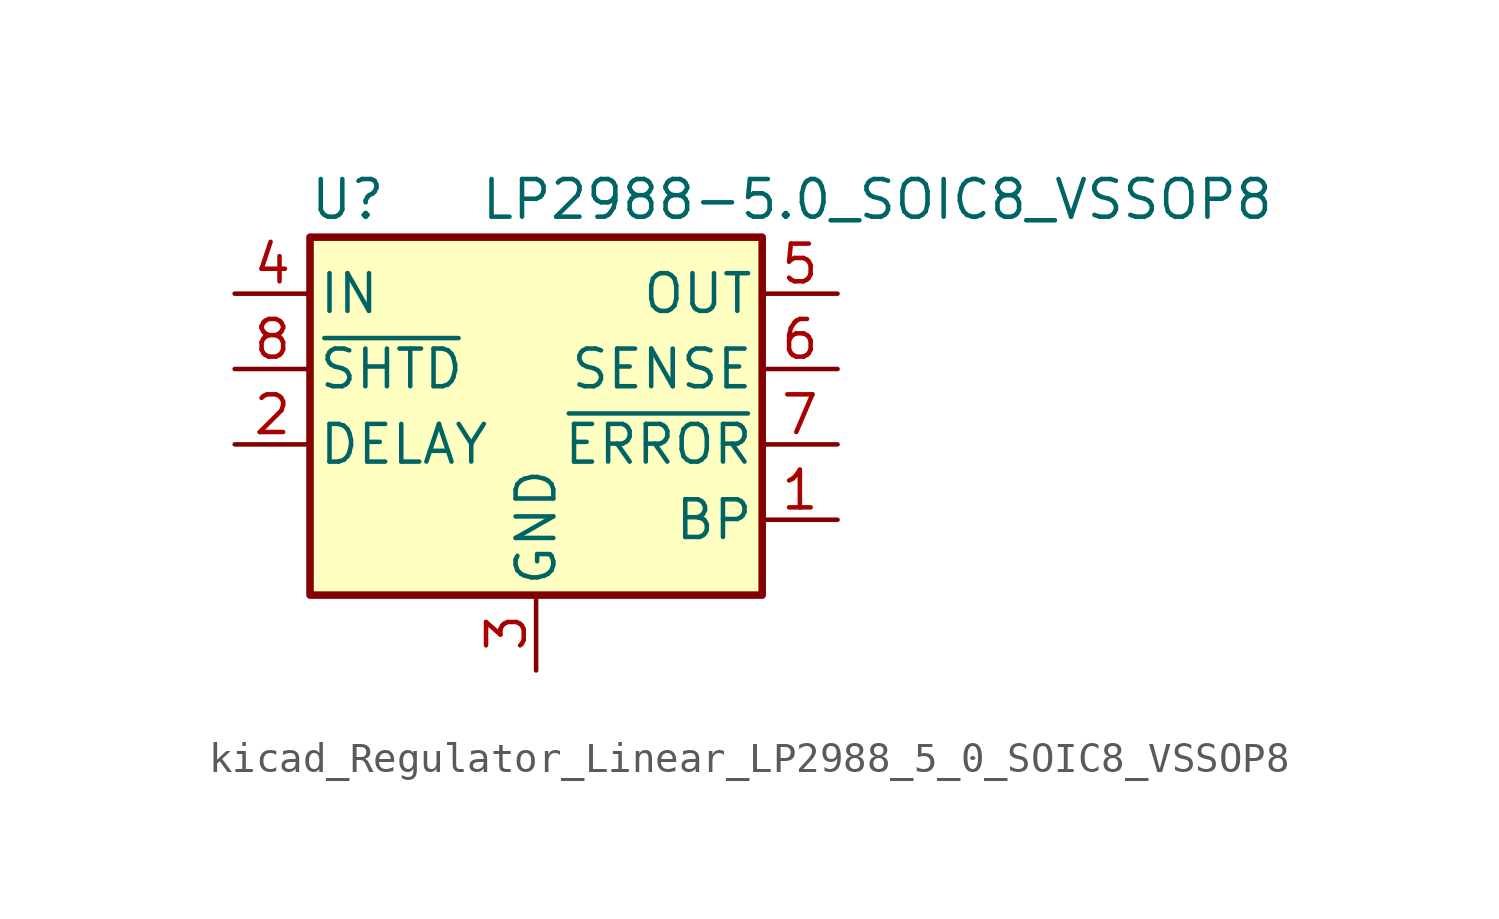
<source format=kicad_sym>
(kicad_symbol_lib
  (version 20220914)
  (generator kicad_symbol_editor)
  (symbol "kicad_Regulator_Linear_LP2988_5_0_SOIC8_VSSOP8"
    (pin_names
      (offset 0.254))
    (property "Reference" "U"
      (at -6.35 5.715 0)
      (effects (font (size 1.27 1.27))))
    (property "Value" "LP2988-5.0_SOIC8_VSSOP8"
      (at -1.905 5.715 0)
      (effects (font (size 1.27 1.27)) (justify left)))
    (symbol "kicad_Regulator_Linear_LP2988_5_0_SOIC8_VSSOP8_0_1"
      (rectangle (start -7.62 4.445) (end 7.62 -7.62) (stroke (width 0.254) (type default)) (fill (type background))))
    (symbol "kicad_Regulator_Linear_LP2988_5_0_SOIC8_VSSOP8_1_1"
      (pin passive line (at 10.16 -5.08 180) (length 2.54) (name "BP" (effects (font (size 1.27 1.27)))) (number "1" (effects (font (size 1.27 1.27)))))
      (pin passive line (at -10.16 -2.54 0) (length 2.54) (name "DELAY" (effects (font (size 1.27 1.27)))) (number "2" (effects (font (size 1.27 1.27)))))
      (pin power_in line (at 0 -10.16 90) (length 2.54) (name "GND" (effects (font (size 1.27 1.27)))) (number "3" (effects (font (size 1.27 1.27)))))
      (pin power_in line (at -10.16 2.54 0) (length 2.54) (name "IN" (effects (font (size 1.27 1.27)))) (number "4" (effects (font (size 1.27 1.27)))))
      (pin power_out line (at 10.16 2.54 180) (length 2.54) (name "OUT" (effects (font (size 1.27 1.27)))) (number "5" (effects (font (size 1.27 1.27)))))
      (pin input line (at 10.16 0 180) (length 2.54) (name "SENSE" (effects (font (size 1.27 1.27)))) (number "6" (effects (font (size 1.27 1.27)))))
      (pin output line (at 10.16 -2.54 180) (length 2.54) (name "~{ERROR}" (effects (font (size 1.27 1.27)))) (number "7" (effects (font (size 1.27 1.27)))))
      (pin input line (at -10.16 0 0) (length 2.54) (name "~{SHTD}" (effects (font (size 1.27 1.27)))) (number "8" (effects (font (size 1.27 1.27))))))))
</source>
